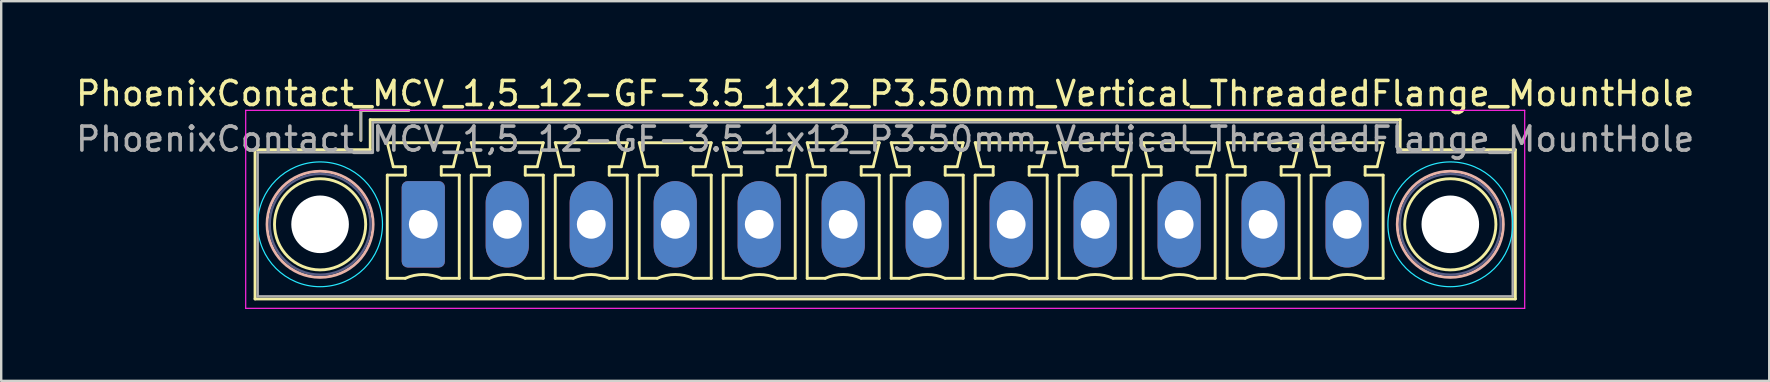
<source format=kicad_pcb>
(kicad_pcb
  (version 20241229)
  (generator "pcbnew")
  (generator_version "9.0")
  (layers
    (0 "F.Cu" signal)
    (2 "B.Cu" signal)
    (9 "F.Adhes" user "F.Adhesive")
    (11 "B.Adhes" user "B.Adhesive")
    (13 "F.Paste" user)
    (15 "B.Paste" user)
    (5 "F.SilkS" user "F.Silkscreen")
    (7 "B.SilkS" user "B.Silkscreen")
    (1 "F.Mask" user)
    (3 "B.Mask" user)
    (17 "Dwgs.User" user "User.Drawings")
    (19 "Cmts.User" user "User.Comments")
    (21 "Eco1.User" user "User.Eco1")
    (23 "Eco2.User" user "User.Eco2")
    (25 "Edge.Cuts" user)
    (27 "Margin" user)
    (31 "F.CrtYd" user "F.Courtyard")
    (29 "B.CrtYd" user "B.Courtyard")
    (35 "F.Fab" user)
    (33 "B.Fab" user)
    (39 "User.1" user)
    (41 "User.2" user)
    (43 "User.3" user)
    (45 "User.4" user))
  (footprint "PhoenixContact_MCV_1,5_12-GF-3.5_1x12_P3.50mm_Vertical_ThreadedFlange_MountHole"
    (layer "F.Cu")
    (at 14.589 6.298)
    (property "Reference" "PhoenixContact_MCV_1,5_12-GF-3.5_1x12_P3.50mm_Vertical_ThreadedFlange_MountHole" (at 19.25 -5.45 0) (layer "F.SilkS") (effects (font (size 1 1) (thickness 0.15))))
    (attr through_hole)
    (fp_line (start -7.01 -3.11) (end -7.01 3.11) (stroke (width 0.12) (type solid)) (layer "F.SilkS"))
    (fp_line (start -7.01 3.11) (end 45.51 3.11) (stroke (width 0.12) (type solid)) (layer "F.SilkS"))
    (fp_line (start -2.6 -4.75) (end -0.6 -4.75) (stroke (width 0.12) (type solid)) (layer "F.SilkS"))
    (fp_line (start -2.6 -3.5) (end -2.6 -4.75) (stroke (width 0.12) (type solid)) (layer "F.SilkS"))
    (fp_line (start -2.21 -4.36) (end -2.21 -3.11) (stroke (width 0.12) (type solid)) (layer "F.SilkS"))
    (fp_line (start -2.21 -3.11) (end -7.01 -3.11) (stroke (width 0.12) (type solid)) (layer "F.SilkS"))
    (fp_line (start -1.5 -3.4) (end 1.5 -3.4) (stroke (width 0.12) (type solid)) (layer "F.SilkS"))
    (fp_line (start -1.5 -2.05) (end -0.75 -2.05) (stroke (width 0.12) (type solid)) (layer "F.SilkS"))
    (fp_line (start -1.5 2.25) (end -1.5 -2.05) (stroke (width 0.12) (type solid)) (layer "F.SilkS"))
    (fp_line (start -1.25 -2.4) (end -1.5 -3.4) (stroke (width 0.12) (type solid)) (layer "F.SilkS"))
    (fp_line (start -0.75 -2.4) (end -1.25 -2.4) (stroke (width 0.12) (type solid)) (layer "F.SilkS"))
    (fp_line (start -0.75 -2.05) (end -0.75 -2.4) (stroke (width 0.12) (type solid)) (layer "F.SilkS"))
    (fp_line (start -0.75 2.25) (end -1.5 2.25) (stroke (width 0.12) (type solid)) (layer "F.SilkS"))
    (fp_line (start 0.75 -2.4) (end 0.75 -2.05) (stroke (width 0.12) (type solid)) (layer "F.SilkS"))
    (fp_line (start 0.75 -2.05) (end 1.5 -2.05) (stroke (width 0.12) (type solid)) (layer "F.SilkS"))
    (fp_line (start 1.25 -2.4) (end 0.75 -2.4) (stroke (width 0.12) (type solid)) (layer "F.SilkS"))
    (fp_line (start 1.5 -3.4) (end 1.25 -2.4) (stroke (width 0.12) (type solid)) (layer "F.SilkS"))
    (fp_line (start 1.5 -2.05) (end 1.5 2.25) (stroke (width 0.12) (type solid)) (layer "F.SilkS"))
    (fp_line (start 1.5 2.25) (end 0.75 2.25) (stroke (width 0.12) (type solid)) (layer "F.SilkS"))
    (fp_line (start 2 -3.4) (end 5 -3.4) (stroke (width 0.12) (type solid)) (layer "F.SilkS"))
    (fp_line (start 2 -2.05) (end 2.75 -2.05) (stroke (width 0.12) (type solid)) (layer "F.SilkS"))
    (fp_line (start 2 2.25) (end 2 -2.05) (stroke (width 0.12) (type solid)) (layer "F.SilkS"))
    (fp_line (start 2.25 -2.4) (end 2 -3.4) (stroke (width 0.12) (type solid)) (layer "F.SilkS"))
    (fp_line (start 2.75 -2.4) (end 2.25 -2.4) (stroke (width 0.12) (type solid)) (layer "F.SilkS"))
    (fp_line (start 2.75 -2.05) (end 2.75 -2.4) (stroke (width 0.12) (type solid)) (layer "F.SilkS"))
    (fp_line (start 2.75 2.25) (end 2 2.25) (stroke (width 0.12) (type solid)) (layer "F.SilkS"))
    (fp_line (start 4.25 -2.4) (end 4.25 -2.05) (stroke (width 0.12) (type solid)) (layer "F.SilkS"))
    (fp_line (start 4.25 -2.05) (end 5 -2.05) (stroke (width 0.12) (type solid)) (layer "F.SilkS"))
    (fp_line (start 4.75 -2.4) (end 4.25 -2.4) (stroke (width 0.12) (type solid)) (layer "F.SilkS"))
    (fp_line (start 5 -3.4) (end 4.75 -2.4) (stroke (width 0.12) (type solid)) (layer "F.SilkS"))
    (fp_line (start 5 -2.05) (end 5 2.25) (stroke (width 0.12) (type solid)) (layer "F.SilkS"))
    (fp_line (start 5 2.25) (end 4.25 2.25) (stroke (width 0.12) (type solid)) (layer "F.SilkS"))
    (fp_line (start 5.5 -3.4) (end 8.5 -3.4) (stroke (width 0.12) (type solid)) (layer "F.SilkS"))
    (fp_line (start 5.5 -2.05) (end 6.25 -2.05) (stroke (width 0.12) (type solid)) (layer "F.SilkS"))
    (fp_line (start 5.5 2.25) (end 5.5 -2.05) (stroke (width 0.12) (type solid)) (layer "F.SilkS"))
    (fp_line (start 5.75 -2.4) (end 5.5 -3.4) (stroke (width 0.12) (type solid)) (layer "F.SilkS"))
    (fp_line (start 6.25 -2.4) (end 5.75 -2.4) (stroke (width 0.12) (type solid)) (layer "F.SilkS"))
    (fp_line (start 6.25 -2.05) (end 6.25 -2.4) (stroke (width 0.12) (type solid)) (layer "F.SilkS"))
    (fp_line (start 6.25 2.25) (end 5.5 2.25) (stroke (width 0.12) (type solid)) (layer "F.SilkS"))
    (fp_line (start 7.75 -2.4) (end 7.75 -2.05) (stroke (width 0.12) (type solid)) (layer "F.SilkS"))
    (fp_line (start 7.75 -2.05) (end 8.5 -2.05) (stroke (width 0.12) (type solid)) (layer "F.SilkS"))
    (fp_line (start 8.25 -2.4) (end 7.75 -2.4) (stroke (width 0.12) (type solid)) (layer "F.SilkS"))
    (fp_line (start 8.5 -3.4) (end 8.25 -2.4) (stroke (width 0.12) (type solid)) (layer "F.SilkS"))
    (fp_line (start 8.5 -2.05) (end 8.5 2.25) (stroke (width 0.12) (type solid)) (layer "F.SilkS"))
    (fp_line (start 8.5 2.25) (end 7.75 2.25) (stroke (width 0.12) (type solid)) (layer "F.SilkS"))
    (fp_line (start 9 -3.4) (end 12 -3.4) (stroke (width 0.12) (type solid)) (layer "F.SilkS"))
    (fp_line (start 9 -2.05) (end 9.75 -2.05) (stroke (width 0.12) (type solid)) (layer "F.SilkS"))
    (fp_line (start 9 2.25) (end 9 -2.05) (stroke (width 0.12) (type solid)) (layer "F.SilkS"))
    (fp_line (start 9.25 -2.4) (end 9 -3.4) (stroke (width 0.12) (type solid)) (layer "F.SilkS"))
    (fp_line (start 9.75 -2.4) (end 9.25 -2.4) (stroke (width 0.12) (type solid)) (layer "F.SilkS"))
    (fp_line (start 9.75 -2.05) (end 9.75 -2.4) (stroke (width 0.12) (type solid)) (layer "F.SilkS"))
    (fp_line (start 9.75 2.25) (end 9 2.25) (stroke (width 0.12) (type solid)) (layer "F.SilkS"))
    (fp_line (start 11.25 -2.4) (end 11.25 -2.05) (stroke (width 0.12) (type solid)) (layer "F.SilkS"))
    (fp_line (start 11.25 -2.05) (end 12 -2.05) (stroke (width 0.12) (type solid)) (layer "F.SilkS"))
    (fp_line (start 11.75 -2.4) (end 11.25 -2.4) (stroke (width 0.12) (type solid)) (layer "F.SilkS"))
    (fp_line (start 12 -3.4) (end 11.75 -2.4) (stroke (width 0.12) (type solid)) (layer "F.SilkS"))
    (fp_line (start 12 -2.05) (end 12 2.25) (stroke (width 0.12) (type solid)) (layer "F.SilkS"))
    (fp_line (start 12 2.25) (end 11.25 2.25) (stroke (width 0.12) (type solid)) (layer "F.SilkS"))
    (fp_line (start 12.5 -3.4) (end 15.5 -3.4) (stroke (width 0.12) (type solid)) (layer "F.SilkS"))
    (fp_line (start 12.5 -2.05) (end 13.25 -2.05) (stroke (width 0.12) (type solid)) (layer "F.SilkS"))
    (fp_line (start 12.5 2.25) (end 12.5 -2.05) (stroke (width 0.12) (type solid)) (layer "F.SilkS"))
    (fp_line (start 12.75 -2.4) (end 12.5 -3.4) (stroke (width 0.12) (type solid)) (layer "F.SilkS"))
    (fp_line (start 13.25 -2.4) (end 12.75 -2.4) (stroke (width 0.12) (type solid)) (layer "F.SilkS"))
    (fp_line (start 13.25 -2.05) (end 13.25 -2.4) (stroke (width 0.12) (type solid)) (layer "F.SilkS"))
    (fp_line (start 13.25 2.25) (end 12.5 2.25) (stroke (width 0.12) (type solid)) (layer "F.SilkS"))
    (fp_line (start 14.75 -2.4) (end 14.75 -2.05) (stroke (width 0.12) (type solid)) (layer "F.SilkS"))
    (fp_line (start 14.75 -2.05) (end 15.5 -2.05) (stroke (width 0.12) (type solid)) (layer "F.SilkS"))
    (fp_line (start 15.25 -2.4) (end 14.75 -2.4) (stroke (width 0.12) (type solid)) (layer "F.SilkS"))
    (fp_line (start 15.5 -3.4) (end 15.25 -2.4) (stroke (width 0.12) (type solid)) (layer "F.SilkS"))
    (fp_line (start 15.5 -2.05) (end 15.5 2.25) (stroke (width 0.12) (type solid)) (layer "F.SilkS"))
    (fp_line (start 15.5 2.25) (end 14.75 2.25) (stroke (width 0.12) (type solid)) (layer "F.SilkS"))
    (fp_line (start 16 -3.4) (end 19 -3.4) (stroke (width 0.12) (type solid)) (layer "F.SilkS"))
    (fp_line (start 16 -2.05) (end 16.75 -2.05) (stroke (width 0.12) (type solid)) (layer "F.SilkS"))
    (fp_line (start 16 2.25) (end 16 -2.05) (stroke (width 0.12) (type solid)) (layer "F.SilkS"))
    (fp_line (start 16.25 -2.4) (end 16 -3.4) (stroke (width 0.12) (type solid)) (layer "F.SilkS"))
    (fp_line (start 16.75 -2.4) (end 16.25 -2.4) (stroke (width 0.12) (type solid)) (layer "F.SilkS"))
    (fp_line (start 16.75 -2.05) (end 16.75 -2.4) (stroke (width 0.12) (type solid)) (layer "F.SilkS"))
    (fp_line (start 16.75 2.25) (end 16 2.25) (stroke (width 0.12) (type solid)) (layer "F.SilkS"))
    (fp_line (start 18.25 -2.4) (end 18.25 -2.05) (stroke (width 0.12) (type solid)) (layer "F.SilkS"))
    (fp_line (start 18.25 -2.05) (end 19 -2.05) (stroke (width 0.12) (type solid)) (layer "F.SilkS"))
    (fp_line (start 18.75 -2.4) (end 18.25 -2.4) (stroke (width 0.12) (type solid)) (layer "F.SilkS"))
    (fp_line (start 19 -3.4) (end 18.75 -2.4) (stroke (width 0.12) (type solid)) (layer "F.SilkS"))
    (fp_line (start 19 -2.05) (end 19 2.25) (stroke (width 0.12) (type solid)) (layer "F.SilkS"))
    (fp_line (start 19 2.25) (end 18.25 2.25) (stroke (width 0.12) (type solid)) (layer "F.SilkS"))
    (fp_line (start 19.5 -3.4) (end 22.5 -3.4) (stroke (width 0.12) (type solid)) (layer "F.SilkS"))
    (fp_line (start 19.5 -2.05) (end 20.25 -2.05) (stroke (width 0.12) (type solid)) (layer "F.SilkS"))
    (fp_line (start 19.5 2.25) (end 19.5 -2.05) (stroke (width 0.12) (type solid)) (layer "F.SilkS"))
    (fp_line (start 19.75 -2.4) (end 19.5 -3.4) (stroke (width 0.12) (type solid)) (layer "F.SilkS"))
    (fp_line (start 20.25 -2.4) (end 19.75 -2.4) (stroke (width 0.12) (type solid)) (layer "F.SilkS"))
    (fp_line (start 20.25 -2.05) (end 20.25 -2.4) (stroke (width 0.12) (type solid)) (layer "F.SilkS"))
    (fp_line (start 20.25 2.25) (end 19.5 2.25) (stroke (width 0.12) (type solid)) (layer "F.SilkS"))
    (fp_line (start 21.75 -2.4) (end 21.75 -2.05) (stroke (width 0.12) (type solid)) (layer "F.SilkS"))
    (fp_line (start 21.75 -2.05) (end 22.5 -2.05) (stroke (width 0.12) (type solid)) (layer "F.SilkS"))
    (fp_line (start 22.25 -2.4) (end 21.75 -2.4) (stroke (width 0.12) (type solid)) (layer "F.SilkS"))
    (fp_line (start 22.5 -3.4) (end 22.25 -2.4) (stroke (width 0.12) (type solid)) (layer "F.SilkS"))
    (fp_line (start 22.5 -2.05) (end 22.5 2.25) (stroke (width 0.12) (type solid)) (layer "F.SilkS"))
    (fp_line (start 22.5 2.25) (end 21.75 2.25) (stroke (width 0.12) (type solid)) (layer "F.SilkS"))
    (fp_line (start 23 -3.4) (end 26 -3.4) (stroke (width 0.12) (type solid)) (layer "F.SilkS"))
    (fp_line (start 23 -2.05) (end 23.75 -2.05) (stroke (width 0.12) (type solid)) (layer "F.SilkS"))
    (fp_line (start 23 2.25) (end 23 -2.05) (stroke (width 0.12) (type solid)) (layer "F.SilkS"))
    (fp_line (start 23.25 -2.4) (end 23 -3.4) (stroke (width 0.12) (type solid)) (layer "F.SilkS"))
    (fp_line (start 23.75 -2.4) (end 23.25 -2.4) (stroke (width 0.12) (type solid)) (layer "F.SilkS"))
    (fp_line (start 23.75 -2.05) (end 23.75 -2.4) (stroke (width 0.12) (type solid)) (layer "F.SilkS"))
    (fp_line (start 23.75 2.25) (end 23 2.25) (stroke (width 0.12) (type solid)) (layer "F.SilkS"))
    (fp_line (start 25.25 -2.4) (end 25.25 -2.05) (stroke (width 0.12) (type solid)) (layer "F.SilkS"))
    (fp_line (start 25.25 -2.05) (end 26 -2.05) (stroke (width 0.12) (type solid)) (layer "F.SilkS"))
    (fp_line (start 25.75 -2.4) (end 25.25 -2.4) (stroke (width 0.12) (type solid)) (layer "F.SilkS"))
    (fp_line (start 26 -3.4) (end 25.75 -2.4) (stroke (width 0.12) (type solid)) (layer "F.SilkS"))
    (fp_line (start 26 -2.05) (end 26 2.25) (stroke (width 0.12) (type solid)) (layer "F.SilkS"))
    (fp_line (start 26 2.25) (end 25.25 2.25) (stroke (width 0.12) (type solid)) (layer "F.SilkS"))
    (fp_line (start 26.5 -3.4) (end 29.5 -3.4) (stroke (width 0.12) (type solid)) (layer "F.SilkS"))
    (fp_line (start 26.5 -2.05) (end 27.25 -2.05) (stroke (width 0.12) (type solid)) (layer "F.SilkS"))
    (fp_line (start 26.5 2.25) (end 26.5 -2.05) (stroke (width 0.12) (type solid)) (layer "F.SilkS"))
    (fp_line (start 26.75 -2.4) (end 26.5 -3.4) (stroke (width 0.12) (type solid)) (layer "F.SilkS"))
    (fp_line (start 27.25 -2.4) (end 26.75 -2.4) (stroke (width 0.12) (type solid)) (layer "F.SilkS"))
    (fp_line (start 27.25 -2.05) (end 27.25 -2.4) (stroke (width 0.12) (type solid)) (layer "F.SilkS"))
    (fp_line (start 27.25 2.25) (end 26.5 2.25) (stroke (width 0.12) (type solid)) (layer "F.SilkS"))
    (fp_line (start 28.75 -2.4) (end 28.75 -2.05) (stroke (width 0.12) (type solid)) (layer "F.SilkS"))
    (fp_line (start 28.75 -2.05) (end 29.5 -2.05) (stroke (width 0.12) (type solid)) (layer "F.SilkS"))
    (fp_line (start 29.25 -2.4) (end 28.75 -2.4) (stroke (width 0.12) (type solid)) (layer "F.SilkS"))
    (fp_line (start 29.5 -3.4) (end 29.25 -2.4) (stroke (width 0.12) (type solid)) (layer "F.SilkS"))
    (fp_line (start 29.5 -2.05) (end 29.5 2.25) (stroke (width 0.12) (type solid)) (layer "F.SilkS"))
    (fp_line (start 29.5 2.25) (end 28.75 2.25) (stroke (width 0.12) (type solid)) (layer "F.SilkS"))
    (fp_line (start 30 -3.4) (end 33 -3.4) (stroke (width 0.12) (type solid)) (layer "F.SilkS"))
    (fp_line (start 30 -2.05) (end 30.75 -2.05) (stroke (width 0.12) (type solid)) (layer "F.SilkS"))
    (fp_line (start 30 2.25) (end 30 -2.05) (stroke (width 0.12) (type solid)) (layer "F.SilkS"))
    (fp_line (start 30.25 -2.4) (end 30 -3.4) (stroke (width 0.12) (type solid)) (layer "F.SilkS"))
    (fp_line (start 30.75 -2.4) (end 30.25 -2.4) (stroke (width 0.12) (type solid)) (layer "F.SilkS"))
    (fp_line (start 30.75 -2.05) (end 30.75 -2.4) (stroke (width 0.12) (type solid)) (layer "F.SilkS"))
    (fp_line (start 30.75 2.25) (end 30 2.25) (stroke (width 0.12) (type solid)) (layer "F.SilkS"))
    (fp_line (start 32.25 -2.4) (end 32.25 -2.05) (stroke (width 0.12) (type solid)) (layer "F.SilkS"))
    (fp_line (start 32.25 -2.05) (end 33 -2.05) (stroke (width 0.12) (type solid)) (layer "F.SilkS"))
    (fp_line (start 32.75 -2.4) (end 32.25 -2.4) (stroke (width 0.12) (type solid)) (layer "F.SilkS"))
    (fp_line (start 33 -3.4) (end 32.75 -2.4) (stroke (width 0.12) (type solid)) (layer "F.SilkS"))
    (fp_line (start 33 -2.05) (end 33 2.25) (stroke (width 0.12) (type solid)) (layer "F.SilkS"))
    (fp_line (start 33 2.25) (end 32.25 2.25) (stroke (width 0.12) (type solid)) (layer "F.SilkS"))
    (fp_line (start 33.5 -3.4) (end 36.5 -3.4) (stroke (width 0.12) (type solid)) (layer "F.SilkS"))
    (fp_line (start 33.5 -2.05) (end 34.25 -2.05) (stroke (width 0.12) (type solid)) (layer "F.SilkS"))
    (fp_line (start 33.5 2.25) (end 33.5 -2.05) (stroke (width 0.12) (type solid)) (layer "F.SilkS"))
    (fp_line (start 33.75 -2.4) (end 33.5 -3.4) (stroke (width 0.12) (type solid)) (layer "F.SilkS"))
    (fp_line (start 34.25 -2.4) (end 33.75 -2.4) (stroke (width 0.12) (type solid)) (layer "F.SilkS"))
    (fp_line (start 34.25 -2.05) (end 34.25 -2.4) (stroke (width 0.12) (type solid)) (layer "F.SilkS"))
    (fp_line (start 34.25 2.25) (end 33.5 2.25) (stroke (width 0.12) (type solid)) (layer "F.SilkS"))
    (fp_line (start 35.75 -2.4) (end 35.75 -2.05) (stroke (width 0.12) (type solid)) (layer "F.SilkS"))
    (fp_line (start 35.75 -2.05) (end 36.5 -2.05) (stroke (width 0.12) (type solid)) (layer "F.SilkS"))
    (fp_line (start 36.25 -2.4) (end 35.75 -2.4) (stroke (width 0.12) (type solid)) (layer "F.SilkS"))
    (fp_line (start 36.5 -3.4) (end 36.25 -2.4) (stroke (width 0.12) (type solid)) (layer "F.SilkS"))
    (fp_line (start 36.5 -2.05) (end 36.5 2.25) (stroke (width 0.12) (type solid)) (layer "F.SilkS"))
    (fp_line (start 36.5 2.25) (end 35.75 2.25) (stroke (width 0.12) (type solid)) (layer "F.SilkS"))
    (fp_line (start 37 -3.4) (end 40 -3.4) (stroke (width 0.12) (type solid)) (layer "F.SilkS"))
    (fp_line (start 37 -2.05) (end 37.75 -2.05) (stroke (width 0.12) (type solid)) (layer "F.SilkS"))
    (fp_line (start 37 2.25) (end 37 -2.05) (stroke (width 0.12) (type solid)) (layer "F.SilkS"))
    (fp_line (start 37.25 -2.4) (end 37 -3.4) (stroke (width 0.12) (type solid)) (layer "F.SilkS"))
    (fp_line (start 37.75 -2.4) (end 37.25 -2.4) (stroke (width 0.12) (type solid)) (layer "F.SilkS"))
    (fp_line (start 37.75 -2.05) (end 37.75 -2.4) (stroke (width 0.12) (type solid)) (layer "F.SilkS"))
    (fp_line (start 37.75 2.25) (end 37 2.25) (stroke (width 0.12) (type solid)) (layer "F.SilkS"))
    (fp_line (start 39.25 -2.4) (end 39.25 -2.05) (stroke (width 0.12) (type solid)) (layer "F.SilkS"))
    (fp_line (start 39.25 -2.05) (end 40 -2.05) (stroke (width 0.12) (type solid)) (layer "F.SilkS"))
    (fp_line (start 39.75 -2.4) (end 39.25 -2.4) (stroke (width 0.12) (type solid)) (layer "F.SilkS"))
    (fp_line (start 40 -3.4) (end 39.75 -2.4) (stroke (width 0.12) (type solid)) (layer "F.SilkS"))
    (fp_line (start 40 -2.05) (end 40 2.25) (stroke (width 0.12) (type solid)) (layer "F.SilkS"))
    (fp_line (start 40 2.25) (end 39.25 2.25) (stroke (width 0.12) (type solid)) (layer "F.SilkS"))
    (fp_line (start 40.71 -4.36) (end -2.21 -4.36) (stroke (width 0.12) (type solid)) (layer "F.SilkS"))
    (fp_line (start 40.71 -3.11) (end 40.71 -4.36) (stroke (width 0.12) (type solid)) (layer "F.SilkS"))
    (fp_line (start 45.51 -3.11) (end 40.71 -3.11) (stroke (width 0.12) (type solid)) (layer "F.SilkS"))
    (fp_line (start 45.51 3.11) (end 45.51 -3.11) (stroke (width 0.12) (type solid)) (layer "F.SilkS"))
    (fp_arc (start -0.75 2.25) (mid -0.000193 2.09191) (end 0.749647 2.249844) (stroke (width 0.12) (type solid)) (layer "F.SilkS"))
    (fp_arc (start 2.75 2.25) (mid 3.499807 2.09191) (end 4.249647 2.249844) (stroke (width 0.12) (type solid)) (layer "F.SilkS"))
    (fp_arc (start 6.25 2.25) (mid 6.999807 2.09191) (end 7.749647 2.249844) (stroke (width 0.12) (type solid)) (layer "F.SilkS"))
    (fp_arc (start 9.75 2.25) (mid 10.499807 2.09191) (end 11.249647 2.249844) (stroke (width 0.12) (type solid)) (layer "F.SilkS"))
    (fp_arc (start 13.25 2.25) (mid 13.999807 2.09191) (end 14.749647 2.249844) (stroke (width 0.12) (type solid)) (layer "F.SilkS"))
    (fp_arc (start 16.75 2.25) (mid 17.499807 2.09191) (end 18.249647 2.249844) (stroke (width 0.12) (type solid)) (layer "F.SilkS"))
    (fp_arc (start 20.25 2.25) (mid 20.999807 2.09191) (end 21.749647 2.249844) (stroke (width 0.12) (type solid)) (layer "F.SilkS"))
    (fp_arc (start 23.75 2.25) (mid 24.499807 2.09191) (end 25.249647 2.249844) (stroke (width 0.12) (type solid)) (layer "F.SilkS"))
    (fp_arc (start 27.25 2.25) (mid 27.999807 2.09191) (end 28.749647 2.249844) (stroke (width 0.12) (type solid)) (layer "F.SilkS"))
    (fp_arc (start 30.75 2.25) (mid 31.499807 2.09191) (end 32.249647 2.249844) (stroke (width 0.12) (type solid)) (layer "F.SilkS"))
    (fp_arc (start 34.25 2.25) (mid 34.999807 2.09191) (end 35.749647 2.249844) (stroke (width 0.12) (type solid)) (layer "F.SilkS"))
    (fp_arc (start 37.75 2.25) (mid 38.499807 2.09191) (end 39.249647 2.249844) (stroke (width 0.12) (type solid)) (layer "F.SilkS"))
    (fp_circle (center -4.3 0) (end -2.4 0) (stroke (width 0.12) (type solid)) (fill no) (layer "F.SilkS"))
    (fp_circle (center 42.8 0) (end 44.7 0) (stroke (width 0.12) (type solid)) (fill no) (layer "F.SilkS"))
    (fp_circle (center -4.3 0) (end -2.09 0) (stroke (width 0.12) (type solid)) (fill no) (layer "B.SilkS"))
    (fp_circle (center 42.8 0) (end 45.01 0) (stroke (width 0.12) (type solid)) (fill no) (layer "B.SilkS"))
    (fp_circle (center -4.3 0) (end -1.7 0) (stroke (width 0.05) (type solid)) (fill no) (layer "B.CrtYd"))
    (fp_circle (center 42.8 0) (end 45.4 0) (stroke (width 0.05) (type solid)) (fill no) (layer "B.CrtYd"))
    (fp_line (start -7.4 -4.75) (end -7.4 3.5) (stroke (width 0.05) (type solid)) (layer "F.CrtYd"))
    (fp_line (start -7.4 3.5) (end 45.9 3.5) (stroke (width 0.05) (type solid)) (layer "F.CrtYd"))
    (fp_line (start 45.9 -4.75) (end -7.4 -4.75) (stroke (width 0.05) (type solid)) (layer "F.CrtYd"))
    (fp_line (start 45.9 3.5) (end 45.9 -4.75) (stroke (width 0.05) (type solid)) (layer "F.CrtYd"))
    (fp_circle (center -4.3 0) (end -2.2 0) (stroke (width 0.1) (type solid)) (fill no) (layer "B.Fab"))
    (fp_circle (center 42.8 0) (end 44.9 0) (stroke (width 0.1) (type solid)) (fill no) (layer "B.Fab"))
    (fp_line (start -6.9 -3) (end -6.9 3) (stroke (width 0.1) (type solid)) (layer "F.Fab"))
    (fp_line (start -6.9 3) (end 45.4 3) (stroke (width 0.1) (type solid)) (layer "F.Fab"))
    (fp_line (start -2.6 -4.75) (end -0.6 -4.75) (stroke (width 0.1) (type solid)) (layer "F.Fab"))
    (fp_line (start -2.6 -3.5) (end -2.6 -4.75) (stroke (width 0.1) (type solid)) (layer "F.Fab"))
    (fp_line (start -2.1 -4.25) (end -2.1 -3) (stroke (width 0.1) (type solid)) (layer "F.Fab"))
    (fp_line (start -2.1 -3) (end -6.9 -3) (stroke (width 0.1) (type solid)) (layer "F.Fab"))
    (fp_line (start 40.6 -4.25) (end -2.1 -4.25) (stroke (width 0.1) (type solid)) (layer "F.Fab"))
    (fp_line (start 40.6 -3) (end 40.6 -4.25) (stroke (width 0.1) (type solid)) (layer "F.Fab"))
    (fp_line (start 45.4 -3) (end 40.6 -3) (stroke (width 0.1) (type solid)) (layer "F.Fab"))
    (fp_line (start 45.4 3) (end 45.4 -3) (stroke (width 0.1) (type solid)) (layer "F.Fab"))
    (fp_text user "${REFERENCE}" (at 19.25 -3.55 0) (layer "F.Fab") (effects (font (size 1 1) (thickness 0.15))))
    (pad "" np_thru_hole circle (at -4.3 0) (size 2.4 2.4) (drill 2.4) (layers "*.Cu" "*.Mask"))
    (pad "" np_thru_hole circle (at 42.8 0) (size 2.4 2.4) (drill 2.4) (layers "*.Cu" "*.Mask"))
    (pad "1" thru_hole roundrect (at 0 0) (size 1.8 3.6) (drill 1.2) (layers "*.Cu" "*.Mask") (roundrect_rratio 0.139))
    (pad "2" thru_hole oval (at 3.5 0) (size 1.8 3.6) (drill 1.2) (layers "*.Cu" "*.Mask"))
    (pad "3" thru_hole oval (at 7 0) (size 1.8 3.6) (drill 1.2) (layers "*.Cu" "*.Mask"))
    (pad "4" thru_hole oval (at 10.5 0) (size 1.8 3.6) (drill 1.2) (layers "*.Cu" "*.Mask"))
    (pad "5" thru_hole oval (at 14 0) (size 1.8 3.6) (drill 1.2) (layers "*.Cu" "*.Mask"))
    (pad "6" thru_hole oval (at 17.5 0) (size 1.8 3.6) (drill 1.2) (layers "*.Cu" "*.Mask"))
    (pad "7" thru_hole oval (at 21 0) (size 1.8 3.6) (drill 1.2) (layers "*.Cu" "*.Mask"))
    (pad "8" thru_hole oval (at 24.5 0) (size 1.8 3.6) (drill 1.2) (layers "*.Cu" "*.Mask"))
    (pad "9" thru_hole oval (at 28 0) (size 1.8 3.6) (drill 1.2) (layers "*.Cu" "*.Mask"))
    (pad "10" thru_hole oval (at 31.5 0) (size 1.8 3.6) (drill 1.2) (layers "*.Cu" "*.Mask"))
    (pad "11" thru_hole oval (at 35 0) (size 1.8 3.6) (drill 1.2) (layers "*.Cu" "*.Mask"))
    (pad "12" thru_hole oval (at 38.5 0) (size 1.8 3.6) (drill 1.2) (layers "*.Cu" "*.Mask")))
  (gr_rect
    (start -3 -3)
    (end 70.679 12.823)
    (stroke (width 0.1) (type default))
    (fill no)
    (layer "Edge.Cuts")))
</source>
